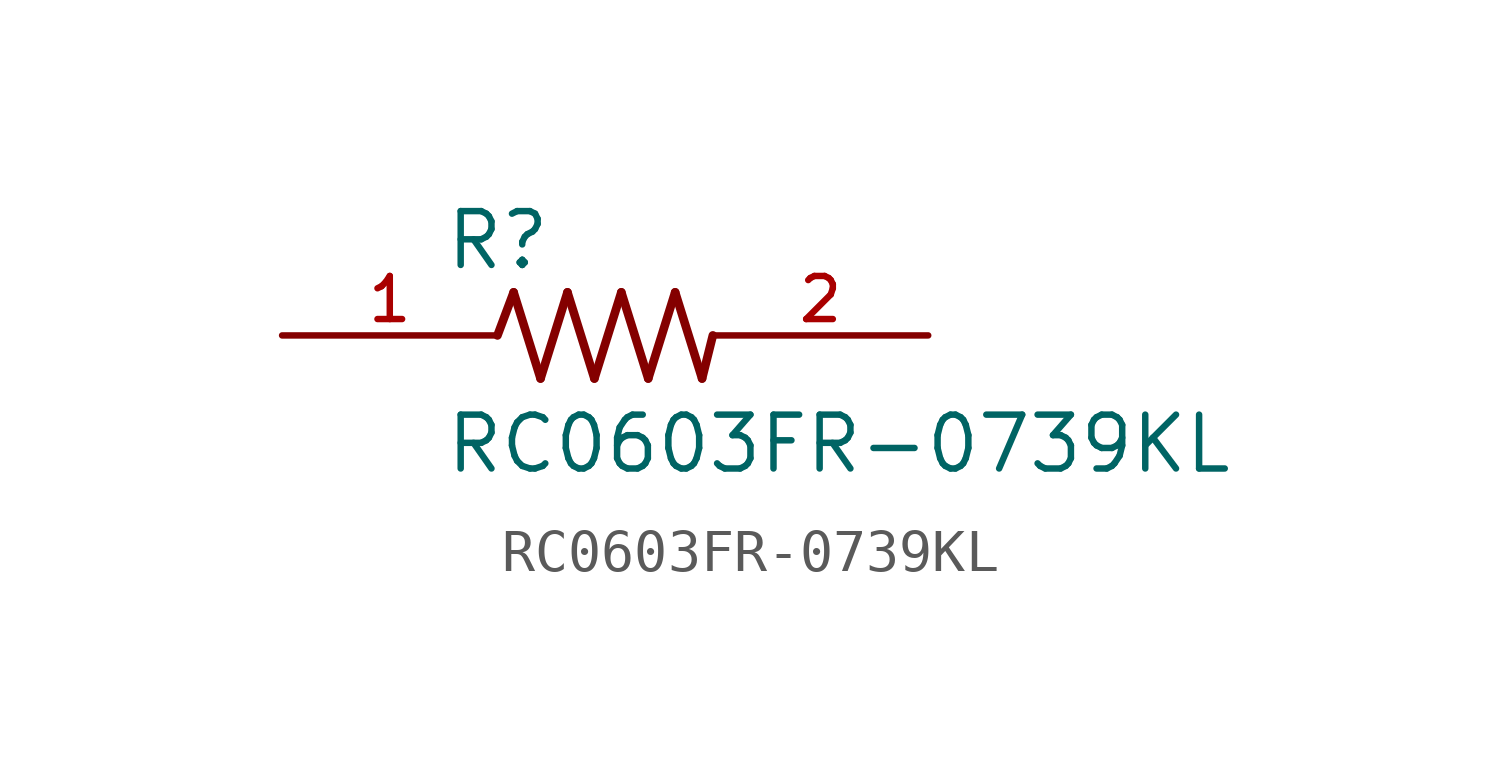
<source format=kicad_sym>
(kicad_symbol_lib
  (version 20211014)
  (generator kicad_symbol_editor)
  (symbol "RC0603FR-0739KL"
    (pin_names
      (offset 1.016))
    (property "Reference" "R"
      (at -3.81 1.499 0)
      (effects (font (size 1.27 1.27)) (justify bottom left)))
    (property "Value" "RC0603FR-0739KL"
      (at -3.81 -3.302 0)
      (effects (font (size 1.27 1.27)) (justify bottom left)))
    (symbol "RC0603FR-0739KL_0_0"
      (polyline (pts (xy -2.54 0.0) (xy -2.159 1.016)) (stroke (width 0.203)))
      (polyline (pts (xy -2.159 1.016) (xy -1.524 -1.016)) (stroke (width 0.203)))
      (polyline (pts (xy -1.524 -1.016) (xy -0.889 1.016)) (stroke (width 0.203)))
      (polyline (pts (xy -0.889 1.016) (xy -0.254 -1.016)) (stroke (width 0.203)))
      (polyline (pts (xy -0.254 -1.016) (xy 0.381 1.016)) (stroke (width 0.203)))
      (polyline (pts (xy 0.381 1.016) (xy 1.016 -1.016)) (stroke (width 0.203)))
      (polyline (pts (xy 1.016 -1.016) (xy 1.651 1.016)) (stroke (width 0.203)))
      (polyline (pts (xy 1.651 1.016) (xy 2.286 -1.016)) (stroke (width 0.203)))
      (polyline (pts (xy 2.286 -1.016) (xy 2.54 0.0)) (stroke (width 0.203)))
      (pin passive line (at 7.62 0.0 180.0) (length 5.08) (name "~" (effects (font (size 1.016 1.016)))) (number "2" (effects (font (size 1.016 1.016)))))
      (pin passive line (at -7.62 0.0 0) (length 5.08) (name "~" (effects (font (size 1.016 1.016)))) (number "1" (effects (font (size 1.016 1.016))))))))
</source>
